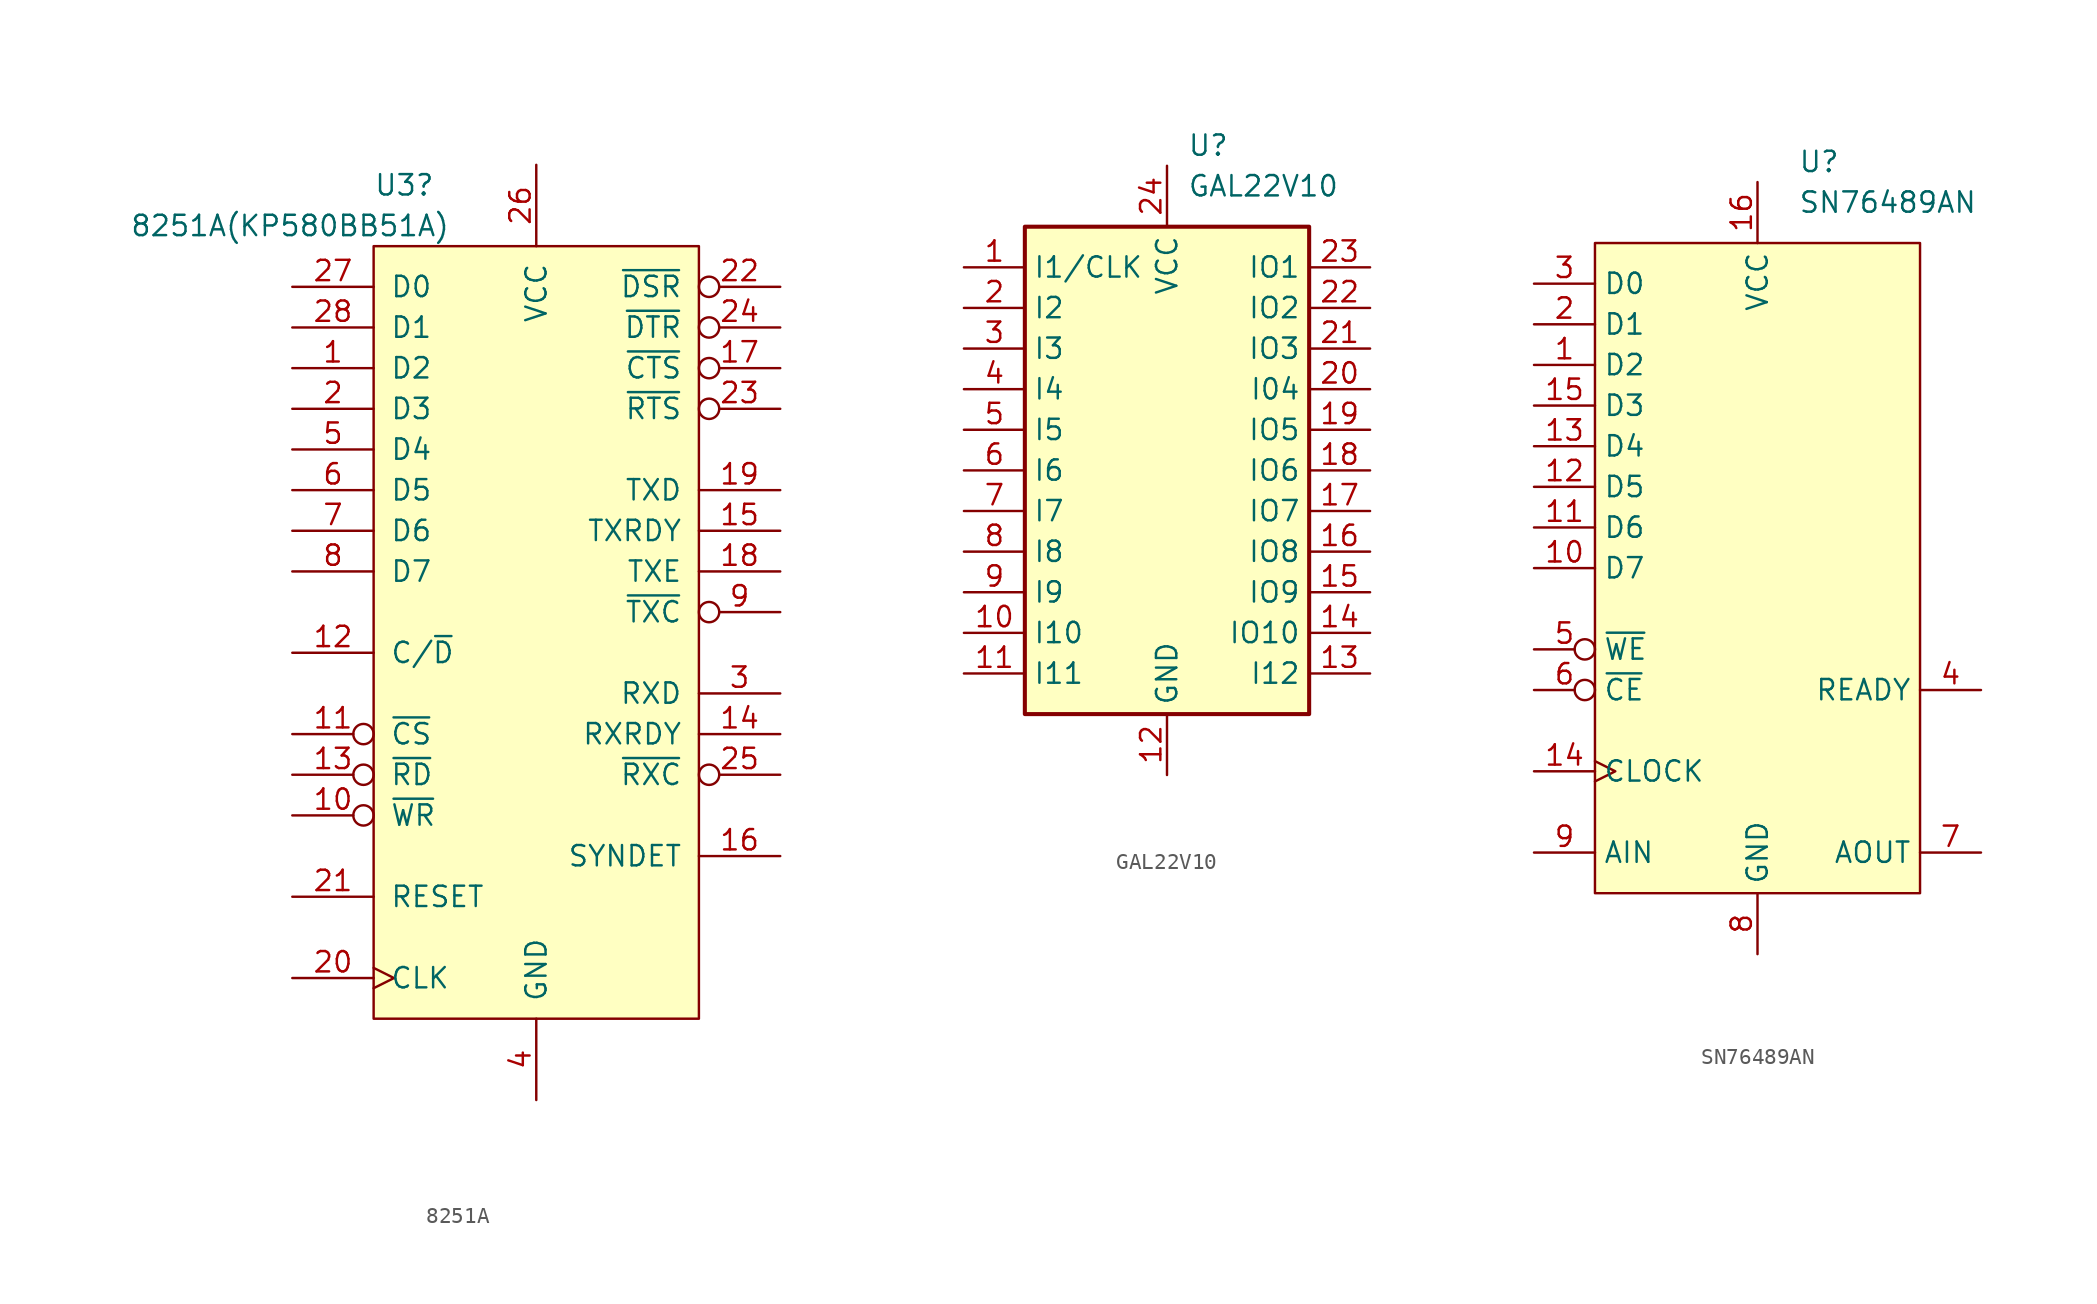
<source format=kicad_sym>
(kicad_symbol_lib
  (version 20220914)
  (generator kicad_symbol_editor)
  (symbol "8251A"
    (pin_names
      (offset 1.016))
    (property "Reference" "U3"
      (at -10.16 27.94 0)
      (effects (font (size 1.27 1.27)) (justify left)))
    (property "Value" "8251A(КР580ВВ51А)"
      (at -25.4 25.4 0)
      (effects (font (size 1.27 1.27)) (justify left)))
    (property "Datasheet" ""
      (at 0 0 0)
      (effects (font (size 1.524 1.524))))
    (symbol "8251A_0_1"
      (rectangle (start 10.16 -24.13) (end -10.16 24.13) (stroke (width 0) (type default)) (fill (type background))))
    (symbol "8251A_1_1"
      (pin bidirectional line (at -15.24 16.51 0) (length 5.08) (name "D2" (effects (font (size 1.27 1.27)))) (number "1" (effects (font (size 1.27 1.27)))))
      (pin input inverted (at -15.24 -11.43 0) (length 5.08) (name "~{WR}" (effects (font (size 1.27 1.27)))) (number "10" (effects (font (size 1.27 1.27)))))
      (pin input inverted (at -15.24 -6.35 0) (length 5.08) (name "~{CS}" (effects (font (size 1.27 1.27)))) (number "11" (effects (font (size 1.27 1.27)))))
      (pin input line (at -15.24 -1.27 0) (length 5.08) (name "C/~{D}" (effects (font (size 1.27 1.27)))) (number "12" (effects (font (size 1.27 1.27)))))
      (pin input inverted (at -15.24 -8.89 0) (length 5.08) (name "~{RD}" (effects (font (size 1.27 1.27)))) (number "13" (effects (font (size 1.27 1.27)))))
      (pin output line (at 15.24 -6.35 180) (length 5.08) (name "RXRDY" (effects (font (size 1.27 1.27)))) (number "14" (effects (font (size 1.27 1.27)))))
      (pin output line (at 15.24 6.35 180) (length 5.08) (name "TXRDY" (effects (font (size 1.27 1.27)))) (number "15" (effects (font (size 1.27 1.27)))))
      (pin bidirectional line (at 15.24 -13.97 180) (length 5.08) (name "SYNDET" (effects (font (size 1.27 1.27)))) (number "16" (effects (font (size 1.27 1.27)))))
      (pin input inverted (at 15.24 16.51 180) (length 5.08) (name "~{CTS}" (effects (font (size 1.27 1.27)))) (number "17" (effects (font (size 1.27 1.27)))))
      (pin output line (at 15.24 3.81 180) (length 5.08) (name "TXE" (effects (font (size 1.27 1.27)))) (number "18" (effects (font (size 1.27 1.27)))))
      (pin output line (at 15.24 8.89 180) (length 5.08) (name "TXD" (effects (font (size 1.27 1.27)))) (number "19" (effects (font (size 1.27 1.27)))))
      (pin bidirectional line (at -15.24 13.97 0) (length 5.08) (name "D3" (effects (font (size 1.27 1.27)))) (number "2" (effects (font (size 1.27 1.27)))))
      (pin input clock (at -15.24 -21.59 0) (length 5.08) (name "CLK" (effects (font (size 1.27 1.27)))) (number "20" (effects (font (size 1.27 1.27)))))
      (pin input line (at -15.24 -16.51 0) (length 5.08) (name "RESET" (effects (font (size 1.27 1.27)))) (number "21" (effects (font (size 1.27 1.27)))))
      (pin input inverted (at 15.24 21.59 180) (length 5.08) (name "~{DSR}" (effects (font (size 1.27 1.27)))) (number "22" (effects (font (size 1.27 1.27)))))
      (pin output inverted (at 15.24 13.97 180) (length 5.08) (name "~{RTS}" (effects (font (size 1.27 1.27)))) (number "23" (effects (font (size 1.27 1.27)))))
      (pin output inverted (at 15.24 19.05 180) (length 5.08) (name "~{DTR}" (effects (font (size 1.27 1.27)))) (number "24" (effects (font (size 1.27 1.27)))))
      (pin input inverted (at 15.24 -8.89 180) (length 5.08) (name "~{RXC}" (effects (font (size 1.27 1.27)))) (number "25" (effects (font (size 1.27 1.27)))))
      (pin power_in line (at 0 29.21 270) (length 5.08) (name "VCC" (effects (font (size 1.27 1.27)))) (number "26" (effects (font (size 1.27 1.27)))))
      (pin bidirectional line (at -15.24 21.59 0) (length 5.08) (name "D0" (effects (font (size 1.27 1.27)))) (number "27" (effects (font (size 1.27 1.27)))))
      (pin bidirectional line (at -15.24 19.05 0) (length 5.08) (name "D1" (effects (font (size 1.27 1.27)))) (number "28" (effects (font (size 1.27 1.27)))))
      (pin input line (at 15.24 -3.81 180) (length 5.08) (name "RXD" (effects (font (size 1.27 1.27)))) (number "3" (effects (font (size 1.27 1.27)))))
      (pin power_in line (at 0 -29.21 90) (length 5.08) (name "GND" (effects (font (size 1.27 1.27)))) (number "4" (effects (font (size 1.27 1.27)))))
      (pin bidirectional line (at -15.24 11.43 0) (length 5.08) (name "D4" (effects (font (size 1.27 1.27)))) (number "5" (effects (font (size 1.27 1.27)))))
      (pin bidirectional line (at -15.24 8.89 0) (length 5.08) (name "D5" (effects (font (size 1.27 1.27)))) (number "6" (effects (font (size 1.27 1.27)))))
      (pin bidirectional line (at -15.24 6.35 0) (length 5.08) (name "D6" (effects (font (size 1.27 1.27)))) (number "7" (effects (font (size 1.27 1.27)))))
      (pin bidirectional line (at -15.24 3.81 0) (length 5.08) (name "D7" (effects (font (size 1.27 1.27)))) (number "8" (effects (font (size 1.27 1.27)))))
      (pin input inverted (at 15.24 1.27 180) (length 5.08) (name "~{TXC}" (effects (font (size 1.27 1.27)))) (number "9" (effects (font (size 1.27 1.27)))))))
  (symbol "GAL22V10"
    (property "Reference" "U"
      (at 0 1.27 0)
      (effects (font (size 1.27 1.27)) (justify left)))
    (property "Value" "GAL22V10"
      (at 0 -1.27 0)
      (effects (font (size 1.27 1.27)) (justify left)))
    (symbol "GAL22V10_0_0"
      (pin power_in line (at -1.27 -38.1 90) (length 3.81) (name "GND" (effects (font (size 1.27 1.27)))) (number "12" (effects (font (size 1.27 1.27)))))
      (pin power_in line (at -1.27 0 270) (length 3.81) (name "VCC" (effects (font (size 1.27 1.27)))) (number "24" (effects (font (size 1.27 1.27))))))
    (symbol "GAL22V10_0_1"
      (rectangle (start -10.16 -3.81) (end 7.62 -34.29) (stroke (width 0.254) (type default)) (fill (type background))))
    (symbol "GAL22V10_1_1"
      (pin input line (at -13.97 -6.35 0) (length 3.81) (name "I1/CLK" (effects (font (size 1.27 1.27)))) (number "1" (effects (font (size 1.27 1.27)))))
      (pin input line (at -13.97 -29.21 0) (length 3.81) (name "I10" (effects (font (size 1.27 1.27)))) (number "10" (effects (font (size 1.27 1.27)))))
      (pin input line (at -13.97 -31.75 0) (length 3.81) (name "I11" (effects (font (size 1.27 1.27)))) (number "11" (effects (font (size 1.27 1.27)))))
      (pin input line (at 11.43 -31.75 180) (length 3.81) (name "I12" (effects (font (size 1.27 1.27)))) (number "13" (effects (font (size 1.27 1.27)))))
      (pin tri_state line (at 11.43 -29.21 180) (length 3.81) (name "IO10" (effects (font (size 1.27 1.27)))) (number "14" (effects (font (size 1.27 1.27)))))
      (pin tri_state line (at 11.43 -26.67 180) (length 3.81) (name "IO9" (effects (font (size 1.27 1.27)))) (number "15" (effects (font (size 1.27 1.27)))))
      (pin tri_state line (at 11.43 -24.13 180) (length 3.81) (name "IO8" (effects (font (size 1.27 1.27)))) (number "16" (effects (font (size 1.27 1.27)))))
      (pin tri_state line (at 11.43 -21.59 180) (length 3.81) (name "IO7" (effects (font (size 1.27 1.27)))) (number "17" (effects (font (size 1.27 1.27)))))
      (pin tri_state line (at 11.43 -19.05 180) (length 3.81) (name "IO6" (effects (font (size 1.27 1.27)))) (number "18" (effects (font (size 1.27 1.27)))))
      (pin tri_state line (at 11.43 -16.51 180) (length 3.81) (name "IO5" (effects (font (size 1.27 1.27)))) (number "19" (effects (font (size 1.27 1.27)))))
      (pin input line (at -13.97 -8.89 0) (length 3.81) (name "I2" (effects (font (size 1.27 1.27)))) (number "2" (effects (font (size 1.27 1.27)))))
      (pin tri_state line (at 11.43 -13.97 180) (length 3.81) (name "I04" (effects (font (size 1.27 1.27)))) (number "20" (effects (font (size 1.27 1.27)))))
      (pin tri_state line (at 11.43 -11.43 180) (length 3.81) (name "IO3" (effects (font (size 1.27 1.27)))) (number "21" (effects (font (size 1.27 1.27)))))
      (pin tri_state line (at 11.43 -8.89 180) (length 3.81) (name "IO2" (effects (font (size 1.27 1.27)))) (number "22" (effects (font (size 1.27 1.27)))))
      (pin tri_state line (at 11.43 -6.35 180) (length 3.81) (name "IO1" (effects (font (size 1.27 1.27)))) (number "23" (effects (font (size 1.27 1.27)))))
      (pin input line (at -13.97 -11.43 0) (length 3.81) (name "I3" (effects (font (size 1.27 1.27)))) (number "3" (effects (font (size 1.27 1.27)))))
      (pin input line (at -13.97 -13.97 0) (length 3.81) (name "I4" (effects (font (size 1.27 1.27)))) (number "4" (effects (font (size 1.27 1.27)))))
      (pin input line (at -13.97 -16.51 0) (length 3.81) (name "I5" (effects (font (size 1.27 1.27)))) (number "5" (effects (font (size 1.27 1.27)))))
      (pin input line (at -13.97 -19.05 0) (length 3.81) (name "I6" (effects (font (size 1.27 1.27)))) (number "6" (effects (font (size 1.27 1.27)))))
      (pin input line (at -13.97 -21.59 0) (length 3.81) (name "I7" (effects (font (size 1.27 1.27)))) (number "7" (effects (font (size 1.27 1.27)))))
      (pin input line (at -13.97 -24.13 0) (length 3.81) (name "I8" (effects (font (size 1.27 1.27)))) (number "8" (effects (font (size 1.27 1.27)))))
      (pin input line (at -13.97 -26.67 0) (length 3.81) (name "I9" (effects (font (size 1.27 1.27)))) (number "9" (effects (font (size 1.27 1.27)))))))
  (symbol "SN76489AN"
    (property "Reference" "U"
      (at 12.7 2.54 0)
      (effects (font (size 1.27 1.27)) (justify left)))
    (property "Value" "SN76489AN"
      (at 12.7 0 0)
      (effects (font (size 1.27 1.27)) (justify left)))
    (symbol "SN76489AN_1_1"
      (rectangle (start 0 -2.54) (end 20.32 -43.18) (stroke (width 0) (type default)) (fill (type background)))
      (pin input line (at -3.81 -10.16 0) (length 3.81) (name "D2" (effects (font (size 1.27 1.27)))) (number "1" (effects (font (size 1.27 1.27)))))
      (pin input line (at -3.81 -22.86 0) (length 3.81) (name "D7" (effects (font (size 1.27 1.27)))) (number "10" (effects (font (size 1.27 1.27)))))
      (pin input line (at -3.81 -20.32 0) (length 3.81) (name "D6" (effects (font (size 1.27 1.27)))) (number "11" (effects (font (size 1.27 1.27)))))
      (pin input line (at -3.81 -17.78 0) (length 3.81) (name "D5" (effects (font (size 1.27 1.27)))) (number "12" (effects (font (size 1.27 1.27)))))
      (pin input line (at -3.81 -15.24 0) (length 3.81) (name "D4" (effects (font (size 1.27 1.27)))) (number "13" (effects (font (size 1.27 1.27)))))
      (pin input clock (at -3.81 -35.56 0) (length 3.81) (name "CLOCK" (effects (font (size 1.27 1.27)))) (number "14" (effects (font (size 1.27 1.27)))))
      (pin input line (at -3.81 -12.7 0) (length 3.81) (name "D3" (effects (font (size 1.27 1.27)))) (number "15" (effects (font (size 1.27 1.27)))))
      (pin power_in line (at 10.16 1.27 270) (length 3.81) (name "VCC" (effects (font (size 1.27 1.27)))) (number "16" (effects (font (size 1.27 1.27)))))
      (pin input line (at -3.81 -7.62 0) (length 3.81) (name "D1" (effects (font (size 1.27 1.27)))) (number "2" (effects (font (size 1.27 1.27)))))
      (pin input line (at -3.81 -5.08 0) (length 3.81) (name "D0" (effects (font (size 1.27 1.27)))) (number "3" (effects (font (size 1.27 1.27)))))
      (pin open_collector line (at 24.13 -30.48 180) (length 3.81) (name "READY" (effects (font (size 1.27 1.27)))) (number "4" (effects (font (size 1.27 1.27)))))
      (pin input inverted (at -3.81 -27.94 0) (length 3.81) (name "~{WE}" (effects (font (size 1.27 1.27)))) (number "5" (effects (font (size 1.27 1.27)))))
      (pin input inverted (at -3.81 -30.48 0) (length 3.81) (name "~{CE}" (effects (font (size 1.27 1.27)))) (number "6" (effects (font (size 1.27 1.27)))))
      (pin output line (at 24.13 -40.64 180) (length 3.81) (name "AOUT" (effects (font (size 1.27 1.27)))) (number "7" (effects (font (size 1.27 1.27)))))
      (pin power_in line (at 10.16 -46.99 90) (length 3.81) (name "GND" (effects (font (size 1.27 1.27)))) (number "8" (effects (font (size 1.27 1.27)))))
      (pin input line (at -3.81 -40.64 0) (length 3.81) (name "AIN" (effects (font (size 1.27 1.27)))) (number "9" (effects (font (size 1.27 1.27))))))))
</source>
